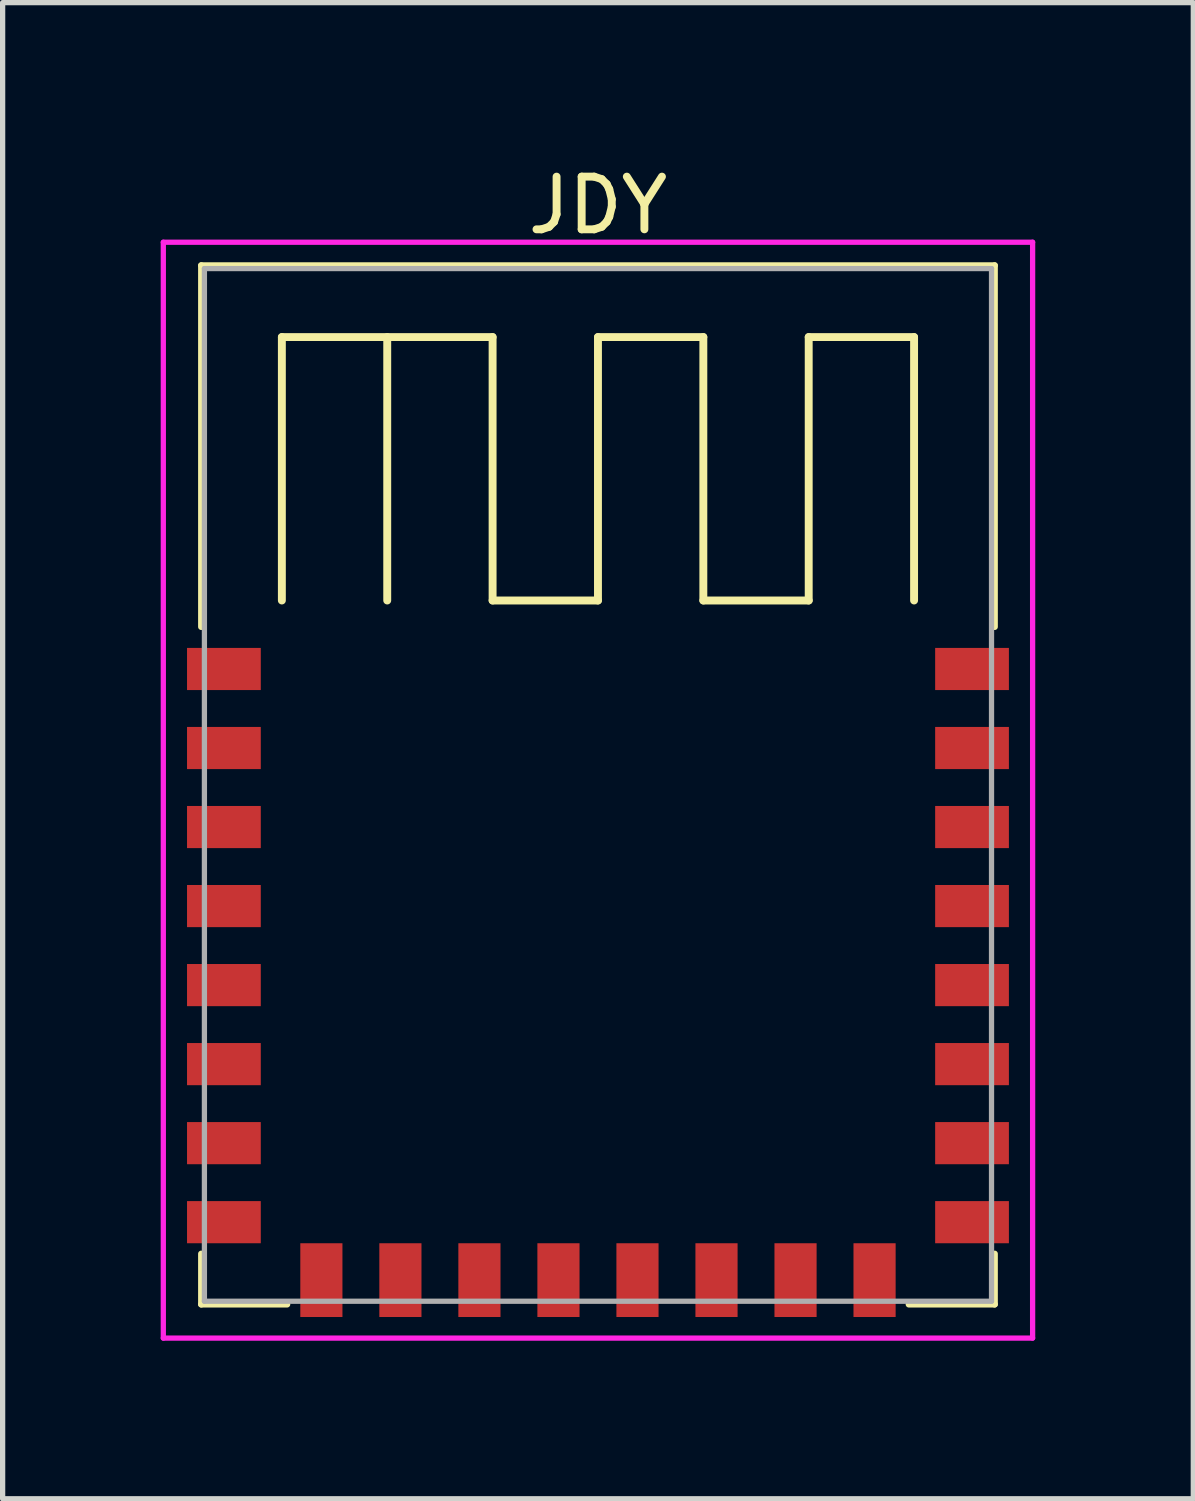
<source format=kicad_pcb>
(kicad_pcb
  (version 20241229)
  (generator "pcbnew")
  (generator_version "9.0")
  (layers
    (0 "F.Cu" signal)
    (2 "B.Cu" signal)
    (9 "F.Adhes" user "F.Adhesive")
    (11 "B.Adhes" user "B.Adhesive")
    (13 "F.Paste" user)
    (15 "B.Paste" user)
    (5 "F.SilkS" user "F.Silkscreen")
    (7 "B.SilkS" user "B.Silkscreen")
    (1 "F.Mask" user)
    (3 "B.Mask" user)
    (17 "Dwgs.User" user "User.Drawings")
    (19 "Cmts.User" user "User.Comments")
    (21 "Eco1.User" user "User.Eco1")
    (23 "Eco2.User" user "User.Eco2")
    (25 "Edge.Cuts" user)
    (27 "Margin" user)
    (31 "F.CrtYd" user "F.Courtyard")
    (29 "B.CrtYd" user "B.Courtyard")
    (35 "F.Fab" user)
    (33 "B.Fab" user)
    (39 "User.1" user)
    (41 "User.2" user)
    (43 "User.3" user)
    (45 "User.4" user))
  (footprint "JDY"
    (layer "F.Cu")
    (at 8.3 11.848)
    (property "Reference" "JDY" (at 0 -11 0) (layer "F.SilkS") (effects (font (size 1 1) (thickness 0.15))))
    (attr through_hole)
    (fp_line (start -7.53 -9.86) (end 7.53 -9.86) (stroke (width 0.12) (type solid)) (layer "F.SilkS"))
    (fp_line (start -7.53 -3) (end -7.53 -9.86) (stroke (width 0.12) (type solid)) (layer "F.SilkS"))
    (fp_line (start -7.53 8.9) (end -7.53 9.86) (stroke (width 0.12) (type solid)) (layer "F.SilkS"))
    (fp_line (start -7.53 9.86) (end -5.9 9.86) (stroke (width 0.12) (type solid)) (layer "F.SilkS"))
    (fp_line (start -6 -8.5) (end -6 -3.5) (stroke (width 0.15) (type solid)) (layer "F.SilkS"))
    (fp_line (start -4 -8.5) (end -4 -3.5) (stroke (width 0.15) (type solid)) (layer "F.SilkS"))
    (fp_line (start -2 -8.5) (end -6 -8.5) (stroke (width 0.15) (type solid)) (layer "F.SilkS"))
    (fp_line (start -2 -3.5) (end -2 -8.5) (stroke (width 0.15) (type solid)) (layer "F.SilkS"))
    (fp_line (start 0 -8.5) (end 0 -3.5) (stroke (width 0.15) (type solid)) (layer "F.SilkS"))
    (fp_line (start 0 -3.5) (end -2 -3.5) (stroke (width 0.15) (type solid)) (layer "F.SilkS"))
    (fp_line (start 2 -8.5) (end 0 -8.5) (stroke (width 0.15) (type solid)) (layer "F.SilkS"))
    (fp_line (start 2 -3.5) (end 2 -8.5) (stroke (width 0.15) (type solid)) (layer "F.SilkS"))
    (fp_line (start 4 -8.5) (end 4 -3.5) (stroke (width 0.15) (type solid)) (layer "F.SilkS"))
    (fp_line (start 4 -3.5) (end 2 -3.5) (stroke (width 0.15) (type solid)) (layer "F.SilkS"))
    (fp_line (start 5.9 9.86) (end 7.53 9.86) (stroke (width 0.12) (type solid)) (layer "F.SilkS"))
    (fp_line (start 6 -8.5) (end 4 -8.5) (stroke (width 0.15) (type solid)) (layer "F.SilkS"))
    (fp_line (start 6 -3.5) (end 6 -8.5) (stroke (width 0.15) (type solid)) (layer "F.SilkS"))
    (fp_line (start 7.53 -9.86) (end 7.53 -3) (stroke (width 0.12) (type solid)) (layer "F.SilkS"))
    (fp_line (start 7.53 9.86) (end 7.53 8.9) (stroke (width 0.12) (type solid)) (layer "F.SilkS"))
    (fp_line (start -8.25 -10.3) (end -8.25 10.5) (stroke (width 0.1) (type solid)) (layer "F.CrtYd"))
    (fp_line (start -8.25 10.5) (end 8.25 10.5) (stroke (width 0.1) (type solid)) (layer "F.CrtYd"))
    (fp_line (start 8.25 -10.3) (end -8.25 -10.3) (stroke (width 0.1) (type solid)) (layer "F.CrtYd"))
    (fp_line (start 8.25 10.5) (end 8.25 -10.3) (stroke (width 0.1) (type solid)) (layer "F.CrtYd"))
    (fp_line (start -7.47 -9.8) (end -7.47 9.8) (stroke (width 0.1) (type solid)) (layer "F.Fab"))
    (fp_line (start -7.47 -9.8) (end 7.47 -9.8) (stroke (width 0.1) (type solid)) (layer "F.Fab"))
    (fp_line (start -7.47 9.8) (end 7.47 9.8) (stroke (width 0.1) (type solid)) (layer "F.Fab"))
    (fp_line (start 7.47 -9.8) (end 7.47 9.8) (stroke (width 0.1) (type solid)) (layer "F.Fab"))
    (pad "1" smd rect (at -7.1 -2.2 180) (size 1.4 0.8) (layers "F.Cu" "F.Mask" "F.Paste"))
    (pad "2" smd rect (at -7.1 -0.7 180) (size 1.4 0.8) (layers "F.Cu" "F.Mask" "F.Paste"))
    (pad "3" smd rect (at -7.1 0.8 180) (size 1.4 0.8) (layers "F.Cu" "F.Mask" "F.Paste"))
    (pad "4" smd rect (at -7.1 2.3 180) (size 1.4 0.8) (layers "F.Cu" "F.Mask" "F.Paste"))
    (pad "5" smd rect (at -7.1 3.8 180) (size 1.4 0.8) (layers "F.Cu" "F.Mask" "F.Paste"))
    (pad "6" smd rect (at -7.1 5.3 180) (size 1.4 0.8) (layers "F.Cu" "F.Mask" "F.Paste"))
    (pad "7" smd rect (at -7.1 6.8 180) (size 1.4 0.8) (layers "F.Cu" "F.Mask" "F.Paste"))
    (pad "8" smd rect (at -7.1 8.3 180) (size 1.4 0.8) (layers "F.Cu" "F.Mask" "F.Paste"))
    (pad "9" smd rect (at -5.25 9.4 180) (size 0.8 1.4) (layers "F.Cu" "F.Mask" "F.Paste"))
    (pad "10" smd rect (at -3.75 9.4 180) (size 0.8 1.4) (layers "F.Cu" "F.Mask" "F.Paste"))
    (pad "11" smd rect (at -2.25 9.4 180) (size 0.8 1.4) (layers "F.Cu" "F.Mask" "F.Paste"))
    (pad "12" smd rect (at -0.75 9.4 180) (size 0.8 1.4) (layers "F.Cu" "F.Mask" "F.Paste"))
    (pad "13" smd rect (at 0.75 9.4 180) (size 0.8 1.4) (layers "F.Cu" "F.Mask" "F.Paste"))
    (pad "14" smd rect (at 2.25 9.4 180) (size 0.8 1.4) (layers "F.Cu" "F.Mask" "F.Paste"))
    (pad "15" smd rect (at 3.75 9.4 180) (size 0.8 1.4) (layers "F.Cu" "F.Mask" "F.Paste"))
    (pad "16" smd rect (at 5.25 9.4 180) (size 0.8 1.4) (layers "F.Cu" "F.Mask" "F.Paste"))
    (pad "17" smd rect (at 7.1 8.3 180) (size 1.4 0.8) (layers "F.Cu" "F.Mask" "F.Paste"))
    (pad "18" smd rect (at 7.1 6.8 180) (size 1.4 0.8) (layers "F.Cu" "F.Mask" "F.Paste"))
    (pad "19" smd rect (at 7.1 5.3 180) (size 1.4 0.8) (layers "F.Cu" "F.Mask" "F.Paste"))
    (pad "20" smd rect (at 7.1 3.8 180) (size 1.4 0.8) (layers "F.Cu" "F.Mask" "F.Paste"))
    (pad "21" smd rect (at 7.1 2.3 180) (size 1.4 0.8) (layers "F.Cu" "F.Mask" "F.Paste"))
    (pad "22" smd rect (at 7.1 0.8 180) (size 1.4 0.8) (layers "F.Cu" "F.Mask" "F.Paste"))
    (pad "23" smd rect (at 7.1 -0.7 180) (size 1.4 0.8) (layers "F.Cu" "F.Mask" "F.Paste"))
    (pad "24" smd rect (at 7.1 -2.2 180) (size 1.4 0.8) (layers "F.Cu" "F.Mask" "F.Paste")))
  (gr_rect
    (start -3 -3)
    (end 19.6 25.398)
    (stroke (width 0.1) (type default))
    (fill no)
    (layer "Edge.Cuts")))
</source>
